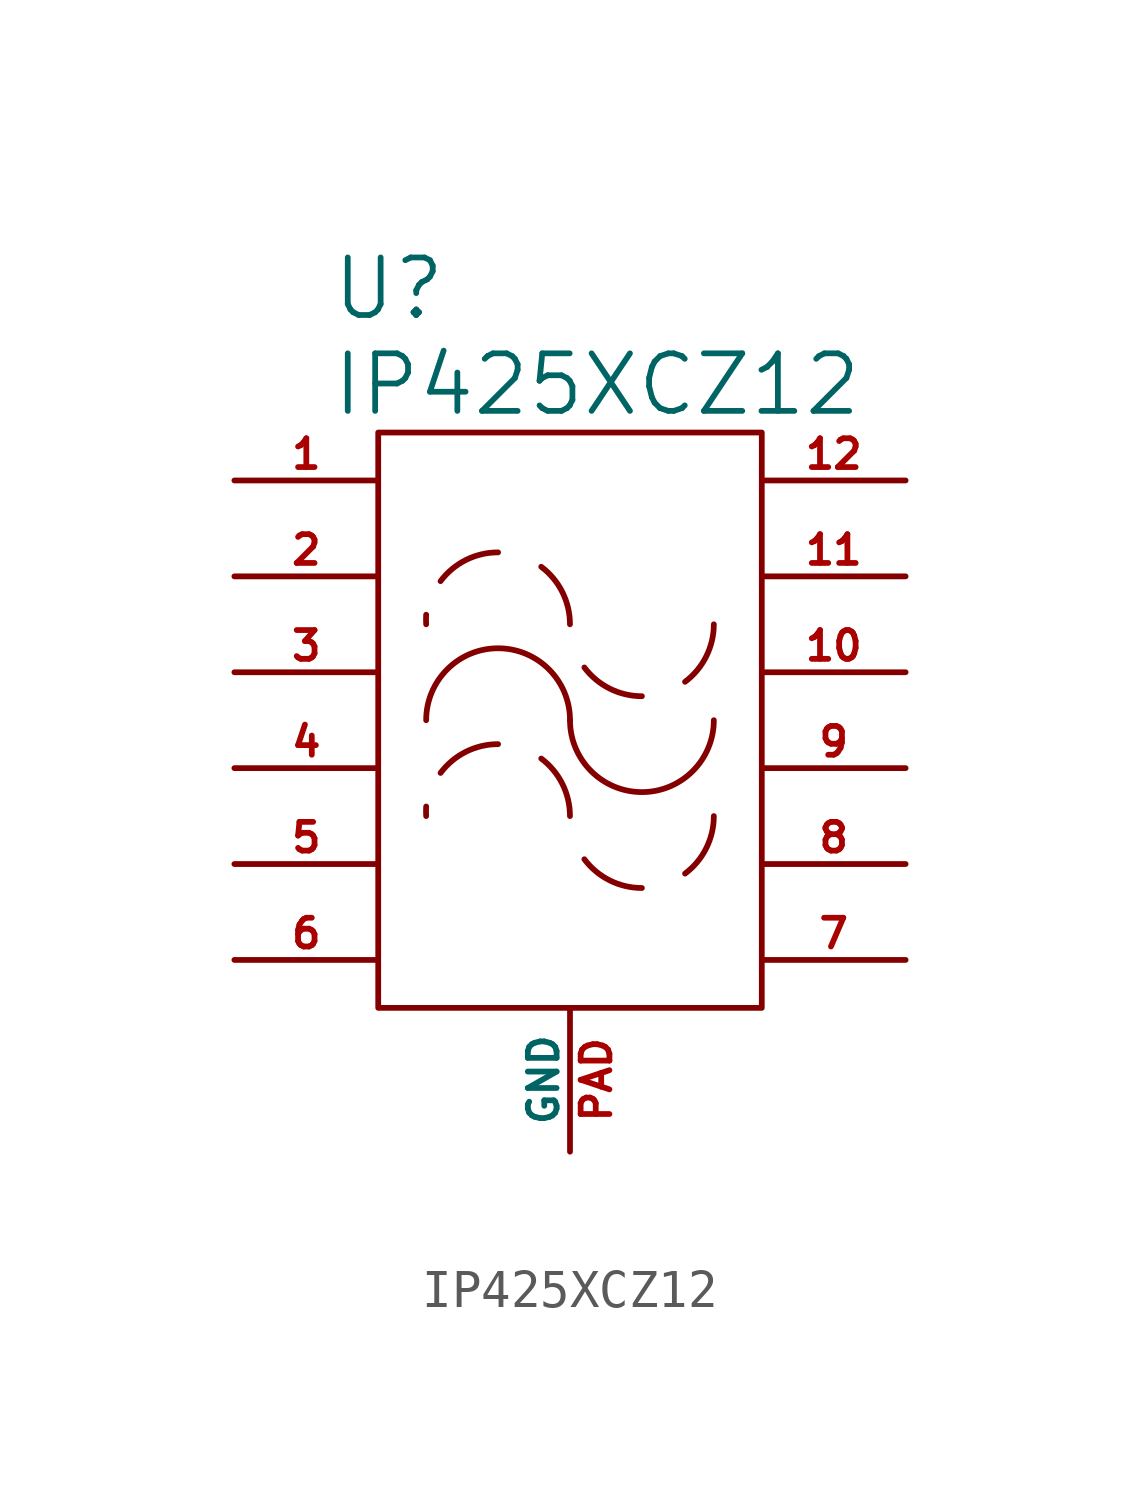
<source format=kicad_sym>
(kicad_symbol_lib
  (version 20211014)
  (generator kicad_symbol_editor)
  (symbol "IP425XCZ12"
    (pin_names
      (offset 0))
    (property "Reference" "U"
      (at -6.35 11.43 0)
      (effects (font (size 1.524 1.524)) (justify left)))
    (property "Value" "IP425XCZ12"
      (at -6.35 8.89 0)
      (effects (font (size 1.524 1.524)) (justify left)))
    (symbol "IP425XCZ12_0_1"
      (rectangle (start -5.08 7.62) (end 5.08 -7.62) (stroke (width 0) (type default) (color 0 0 0 0)) (fill (type none)))
      (arc (start -3.81 -2.286) (mid -3.8142 -2.413) (end -3.81 -2.54) (stroke (width 0) (type default) (color 0 0 0 0)) (fill (type none)))
      (arc (start -3.81 2.794) (mid -3.8142 2.667) (end -3.81 2.54) (stroke (width 0) (type default) (color 0 0 0 0)) (fill (type none)))
      (arc (start -1.905 -0.635) (mid -2.7569 -0.8361) (end -3.429 -1.397) (stroke (width 0) (type default) (color 0 0 0 0)) (fill (type none)))
      (arc (start -1.905 4.445) (mid -2.7569 4.2439) (end -3.429 3.683) (stroke (width 0) (type default) (color 0 0 0 0)) (fill (type none)))
      (arc (start 0 -2.54) (mid -0.2011 -1.6881) (end -0.762 -1.016) (stroke (width 0) (type default) (color 0 0 0 0)) (fill (type none)))
      (arc (start 0 0) (mid -1.905 1.905) (end -3.81 0) (stroke (width 0) (type default) (color 0 0 0 0)) (fill (type none)))
      (arc (start 0 0) (mid 1.905 -1.905) (end 3.81 0) (stroke (width 0) (type default) (color 0 0 0 0)) (fill (type none)))
      (arc (start 0 2.54) (mid -0.2011 3.3919) (end -0.762 4.064) (stroke (width 0) (type default) (color 0 0 0 0)) (fill (type none)))
      (arc (start 0.381 -3.683) (mid 1.0531 -4.2439) (end 1.905 -4.445) (stroke (width 0) (type default) (color 0 0 0 0)) (fill (type none)))
      (arc (start 0.381 1.397) (mid 1.0531 0.8361) (end 1.905 0.635) (stroke (width 0) (type default) (color 0 0 0 0)) (fill (type none)))
      (arc (start 3.048 -4.064) (mid 3.6089 -3.3919) (end 3.81 -2.54) (stroke (width 0) (type default) (color 0 0 0 0)) (fill (type none)))
      (arc (start 3.048 1.016) (mid 3.6089 1.6881) (end 3.81 2.54) (stroke (width 0) (type default) (color 0 0 0 0)) (fill (type none))))
    (symbol "IP425XCZ12_1_1"
      (pin passive line (at -8.89 6.35 0) (length 3.81) (name "~" (effects (font (size 1.27 1.27)))) (number "1" (effects (font (size 0.762 0.762)))))
      (pin passive line (at 8.89 1.27 180) (length 3.81) (name "~" (effects (font (size 1.27 1.27)))) (number "10" (effects (font (size 0.762 0.762)))))
      (pin passive line (at 8.89 3.81 180) (length 3.81) (name "~" (effects (font (size 1.27 1.27)))) (number "11" (effects (font (size 0.762 0.762)))))
      (pin passive line (at 8.89 6.35 180) (length 3.81) (name "~" (effects (font (size 1.27 1.27)))) (number "12" (effects (font (size 0.762 0.762)))))
      (pin passive line (at -8.89 3.81 0) (length 3.81) (name "~" (effects (font (size 1.27 1.27)))) (number "2" (effects (font (size 0.762 0.762)))))
      (pin passive line (at -8.89 1.27 0) (length 3.81) (name "~" (effects (font (size 1.27 1.27)))) (number "3" (effects (font (size 0.762 0.762)))))
      (pin passive line (at -8.89 -1.27 0) (length 3.81) (name "~" (effects (font (size 1.27 1.27)))) (number "4" (effects (font (size 0.762 0.762)))))
      (pin passive line (at -8.89 -3.81 0) (length 3.81) (name "~" (effects (font (size 1.27 1.27)))) (number "5" (effects (font (size 0.762 0.762)))))
      (pin passive line (at -8.89 -6.35 0) (length 3.81) (name "~" (effects (font (size 1.27 1.27)))) (number "6" (effects (font (size 0.762 0.762)))))
      (pin passive line (at 8.89 -6.35 180) (length 3.81) (name "~" (effects (font (size 1.27 1.27)))) (number "7" (effects (font (size 0.762 0.762)))))
      (pin passive line (at 8.89 -3.81 180) (length 3.81) (name "~" (effects (font (size 1.27 1.27)))) (number "8" (effects (font (size 0.762 0.762)))))
      (pin passive line (at 8.89 -1.27 180) (length 3.81) (name "~" (effects (font (size 1.27 1.27)))) (number "9" (effects (font (size 0.762 0.762)))))
      (pin power_in line (at 0 -11.43 90) (length 3.81) (name "GND" (effects (font (size 0.762 0.762)))) (number "PAD" (effects (font (size 0.762 0.762))))))))
</source>
